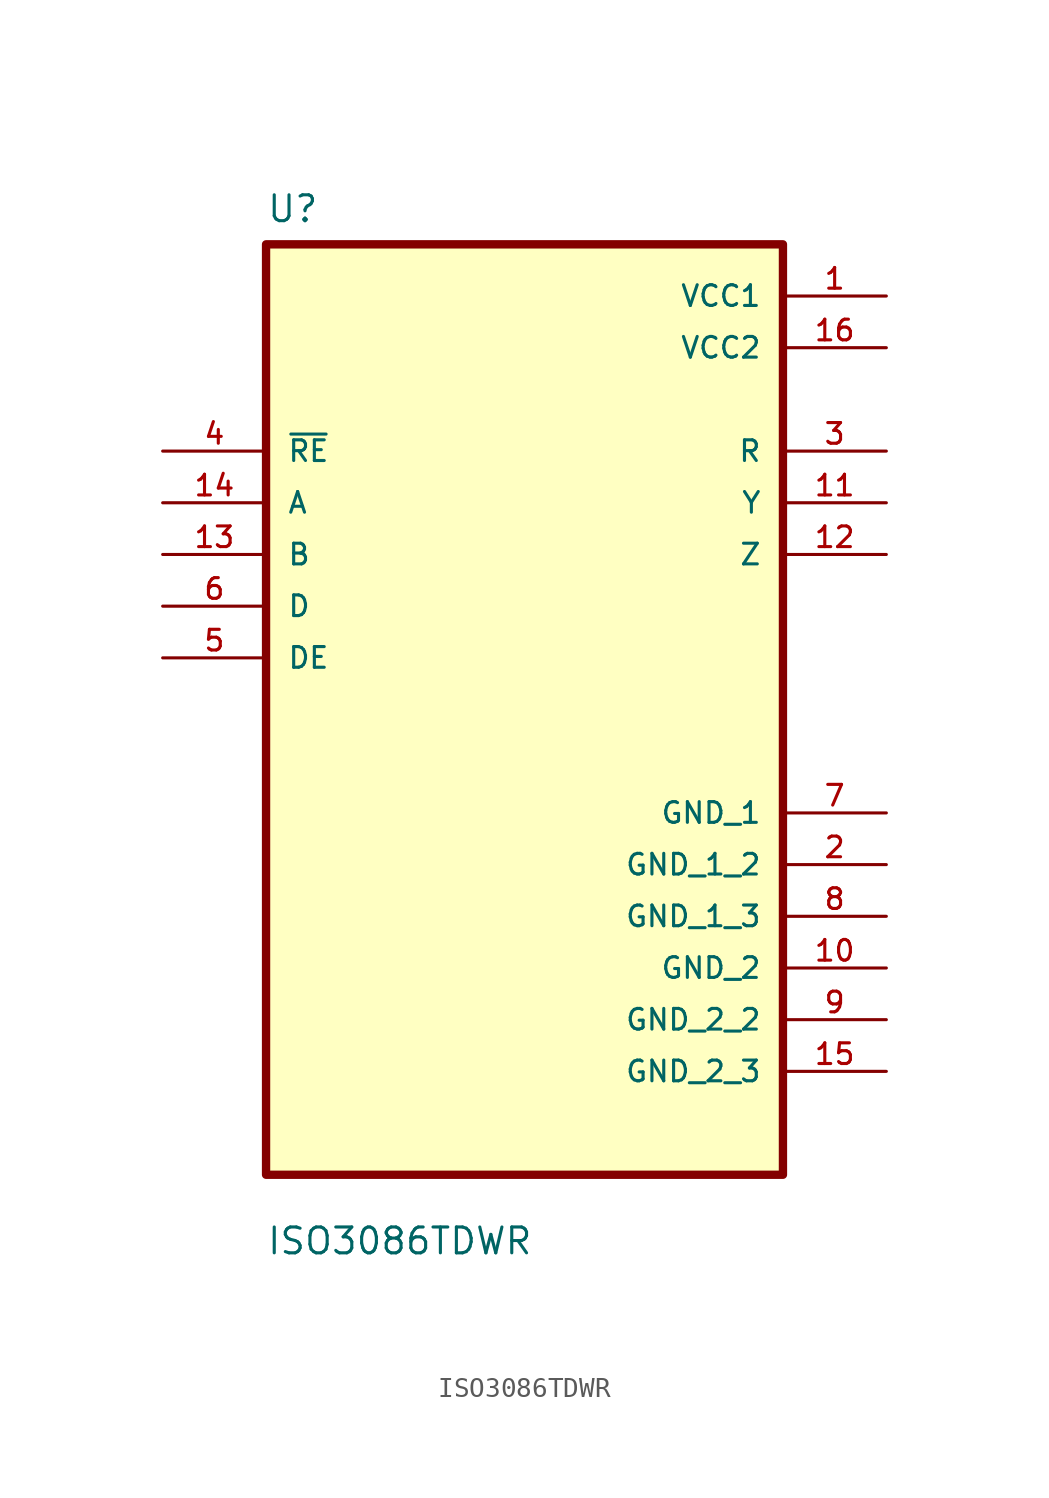
<source format=kicad_sym>
(kicad_symbol_lib
  (version 20211014)
  (generator kicad_symbol_editor)
  (symbol "ISO3086TDWR"
    (pin_names
      (offset 1.016))
    (property "Reference" "U"
      (at -12.7 23.86 0.0)
      (effects (font (size 1.27 1.27)) (justify bottom left)))
    (property "Value" "ISO3086TDWR"
      (at -12.7 -26.86 0.0)
      (effects (font (size 1.27 1.27)) (justify bottom left)))
    (symbol "ISO3086TDWR_0_0"
      (rectangle (start -12.7 -22.86) (end 12.7 22.86) (stroke (width 0.41)) (fill (type background)))
      (pin input line (at -17.78 12.7 0) (length 5.08) (name "~{RE}" (effects (font (size 1.016 1.016)))) (number "4" (effects (font (size 1.016 1.016)))))
      (pin input line (at -17.78 10.16 0) (length 5.08) (name "A" (effects (font (size 1.016 1.016)))) (number "14" (effects (font (size 1.016 1.016)))))
      (pin input line (at -17.78 7.62 0) (length 5.08) (name "B" (effects (font (size 1.016 1.016)))) (number "13" (effects (font (size 1.016 1.016)))))
      (pin input line (at -17.78 5.08 0) (length 5.08) (name "D" (effects (font (size 1.016 1.016)))) (number "6" (effects (font (size 1.016 1.016)))))
      (pin input line (at -17.78 2.54 0) (length 5.08) (name "DE" (effects (font (size 1.016 1.016)))) (number "5" (effects (font (size 1.016 1.016)))))
      (pin power_in line (at 17.78 20.32 180.0) (length 5.08) (name "VCC1" (effects (font (size 1.016 1.016)))) (number "1" (effects (font (size 1.016 1.016)))))
      (pin power_in line (at 17.78 17.78 180.0) (length 5.08) (name "VCC2" (effects (font (size 1.016 1.016)))) (number "16" (effects (font (size 1.016 1.016)))))
      (pin output line (at 17.78 12.7 180.0) (length 5.08) (name "R" (effects (font (size 1.016 1.016)))) (number "3" (effects (font (size 1.016 1.016)))))
      (pin output line (at 17.78 10.16 180.0) (length 5.08) (name "Y" (effects (font (size 1.016 1.016)))) (number "11" (effects (font (size 1.016 1.016)))))
      (pin output line (at 17.78 7.62 180.0) (length 5.08) (name "Z" (effects (font (size 1.016 1.016)))) (number "12" (effects (font (size 1.016 1.016)))))
      (pin power_in line (at 17.78 -5.08 180.0) (length 5.08) (name "GND_1" (effects (font (size 1.016 1.016)))) (number "7" (effects (font (size 1.016 1.016)))))
      (pin power_in line (at 17.78 -7.62 180.0) (length 5.08) (name "GND_1_2" (effects (font (size 1.016 1.016)))) (number "2" (effects (font (size 1.016 1.016)))))
      (pin power_in line (at 17.78 -10.16 180.0) (length 5.08) (name "GND_1_3" (effects (font (size 1.016 1.016)))) (number "8" (effects (font (size 1.016 1.016)))))
      (pin power_in line (at 17.78 -12.7 180.0) (length 5.08) (name "GND_2" (effects (font (size 1.016 1.016)))) (number "10" (effects (font (size 1.016 1.016)))))
      (pin power_in line (at 17.78 -15.24 180.0) (length 5.08) (name "GND_2_2" (effects (font (size 1.016 1.016)))) (number "9" (effects (font (size 1.016 1.016)))))
      (pin power_in line (at 17.78 -17.78 180.0) (length 5.08) (name "GND_2_3" (effects (font (size 1.016 1.016)))) (number "15" (effects (font (size 1.016 1.016))))))))
</source>
